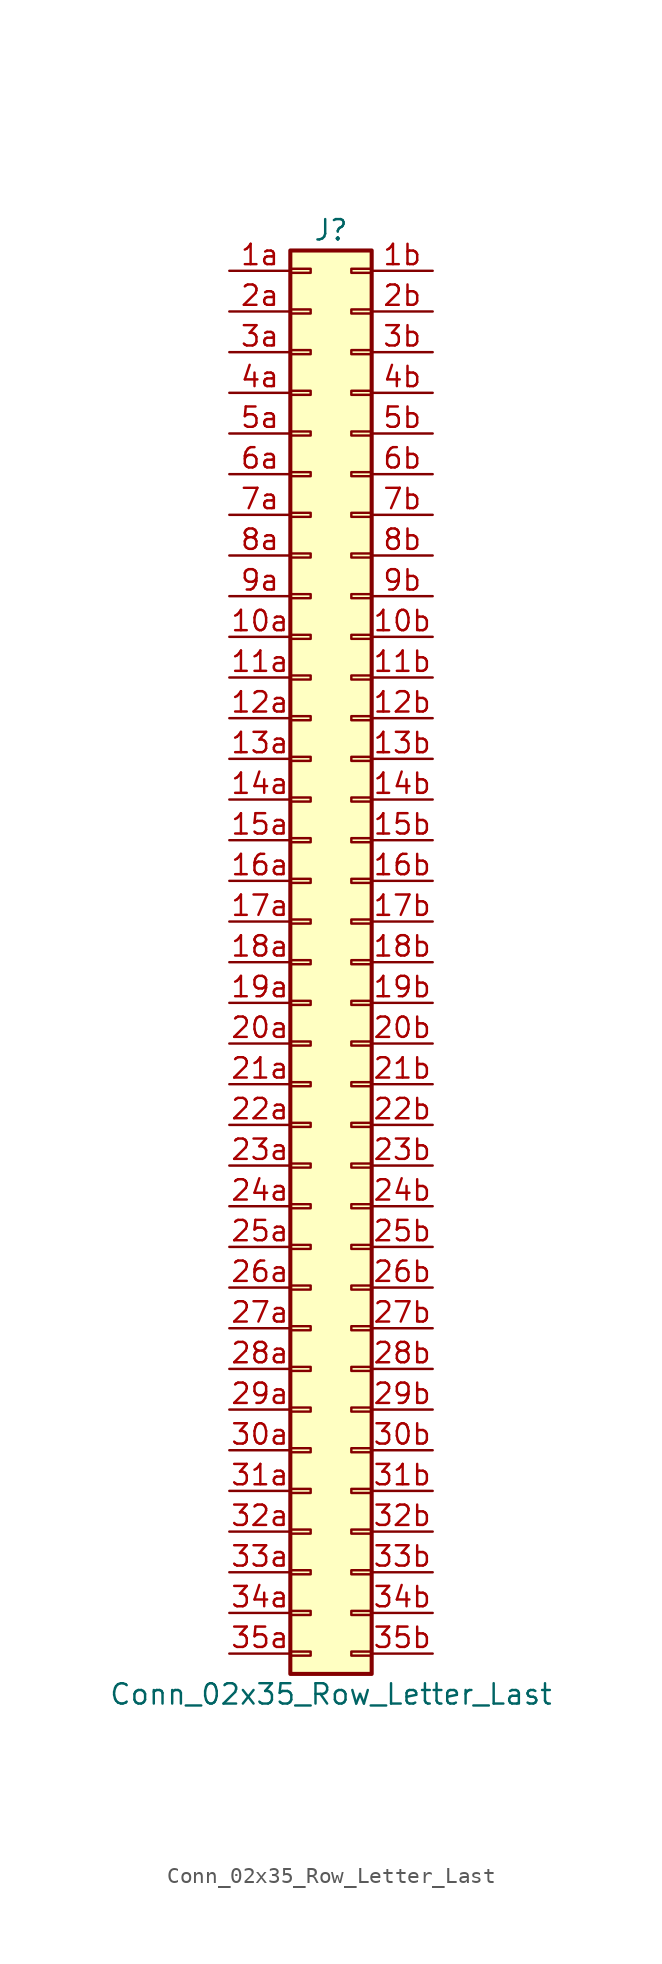
<source format=kicad_sym>
(kicad_symbol_lib
  (version 20211014)
  (generator kicad_symbol_editor)
  (symbol "Conn_02x35_Row_Letter_Last"
    (pin_names
      (offset 1.016) hide)
    (property "Reference" "J"
      (at 1.27 45.72 0)
      (effects (font (size 1.27 1.27))))
    (property "Value" "Conn_02x35_Row_Letter_Last"
      (at 1.27 -45.72 0)
      (effects (font (size 1.27 1.27))))
    (symbol "Conn_02x35_Row_Letter_Last_1_1"
      (rectangle (start -1.27 -43.053) (end 0 -43.307) (stroke (width 0.152) (type default) (color 0 0 0 0)) (fill (type none)))
      (rectangle (start -1.27 -40.513) (end 0 -40.767) (stroke (width 0.152) (type default) (color 0 0 0 0)) (fill (type none)))
      (rectangle (start -1.27 -37.973) (end 0 -38.227) (stroke (width 0.152) (type default) (color 0 0 0 0)) (fill (type none)))
      (rectangle (start -1.27 -35.433) (end 0 -35.687) (stroke (width 0.152) (type default) (color 0 0 0 0)) (fill (type none)))
      (rectangle (start -1.27 -32.893) (end 0 -33.147) (stroke (width 0.152) (type default) (color 0 0 0 0)) (fill (type none)))
      (rectangle (start -1.27 -30.353) (end 0 -30.607) (stroke (width 0.152) (type default) (color 0 0 0 0)) (fill (type none)))
      (rectangle (start -1.27 -27.813) (end 0 -28.067) (stroke (width 0.152) (type default) (color 0 0 0 0)) (fill (type none)))
      (rectangle (start -1.27 -25.273) (end 0 -25.527) (stroke (width 0.152) (type default) (color 0 0 0 0)) (fill (type none)))
      (rectangle (start -1.27 -22.733) (end 0 -22.987) (stroke (width 0.152) (type default) (color 0 0 0 0)) (fill (type none)))
      (rectangle (start -1.27 -20.193) (end 0 -20.447) (stroke (width 0.152) (type default) (color 0 0 0 0)) (fill (type none)))
      (rectangle (start -1.27 -17.653) (end 0 -17.907) (stroke (width 0.152) (type default) (color 0 0 0 0)) (fill (type none)))
      (rectangle (start -1.27 -15.113) (end 0 -15.367) (stroke (width 0.152) (type default) (color 0 0 0 0)) (fill (type none)))
      (rectangle (start -1.27 -12.573) (end 0 -12.827) (stroke (width 0.152) (type default) (color 0 0 0 0)) (fill (type none)))
      (rectangle (start -1.27 -10.033) (end 0 -10.287) (stroke (width 0.152) (type default) (color 0 0 0 0)) (fill (type none)))
      (rectangle (start -1.27 -7.493) (end 0 -7.747) (stroke (width 0.152) (type default) (color 0 0 0 0)) (fill (type none)))
      (rectangle (start -1.27 -4.953) (end 0 -5.207) (stroke (width 0.152) (type default) (color 0 0 0 0)) (fill (type none)))
      (rectangle (start -1.27 -2.413) (end 0 -2.667) (stroke (width 0.152) (type default) (color 0 0 0 0)) (fill (type none)))
      (rectangle (start -1.27 0.127) (end 0 -0.127) (stroke (width 0.152) (type default) (color 0 0 0 0)) (fill (type none)))
      (rectangle (start -1.27 2.667) (end 0 2.413) (stroke (width 0.152) (type default) (color 0 0 0 0)) (fill (type none)))
      (rectangle (start -1.27 5.207) (end 0 4.953) (stroke (width 0.152) (type default) (color 0 0 0 0)) (fill (type none)))
      (rectangle (start -1.27 7.747) (end 0 7.493) (stroke (width 0.152) (type default) (color 0 0 0 0)) (fill (type none)))
      (rectangle (start -1.27 10.287) (end 0 10.033) (stroke (width 0.152) (type default) (color 0 0 0 0)) (fill (type none)))
      (rectangle (start -1.27 12.827) (end 0 12.573) (stroke (width 0.152) (type default) (color 0 0 0 0)) (fill (type none)))
      (rectangle (start -1.27 15.367) (end 0 15.113) (stroke (width 0.152) (type default) (color 0 0 0 0)) (fill (type none)))
      (rectangle (start -1.27 17.907) (end 0 17.653) (stroke (width 0.152) (type default) (color 0 0 0 0)) (fill (type none)))
      (rectangle (start -1.27 20.447) (end 0 20.193) (stroke (width 0.152) (type default) (color 0 0 0 0)) (fill (type none)))
      (rectangle (start -1.27 22.987) (end 0 22.733) (stroke (width 0.152) (type default) (color 0 0 0 0)) (fill (type none)))
      (rectangle (start -1.27 25.527) (end 0 25.273) (stroke (width 0.152) (type default) (color 0 0 0 0)) (fill (type none)))
      (rectangle (start -1.27 28.067) (end 0 27.813) (stroke (width 0.152) (type default) (color 0 0 0 0)) (fill (type none)))
      (rectangle (start -1.27 30.607) (end 0 30.353) (stroke (width 0.152) (type default) (color 0 0 0 0)) (fill (type none)))
      (rectangle (start -1.27 33.147) (end 0 32.893) (stroke (width 0.152) (type default) (color 0 0 0 0)) (fill (type none)))
      (rectangle (start -1.27 35.687) (end 0 35.433) (stroke (width 0.152) (type default) (color 0 0 0 0)) (fill (type none)))
      (rectangle (start -1.27 38.227) (end 0 37.973) (stroke (width 0.152) (type default) (color 0 0 0 0)) (fill (type none)))
      (rectangle (start -1.27 40.767) (end 0 40.513) (stroke (width 0.152) (type default) (color 0 0 0 0)) (fill (type none)))
      (rectangle (start -1.27 43.307) (end 0 43.053) (stroke (width 0.152) (type default) (color 0 0 0 0)) (fill (type none)))
      (rectangle (start -1.27 44.45) (end 3.81 -44.45) (stroke (width 0.254) (type default) (color 0 0 0 0)) (fill (type background)))
      (rectangle (start 3.81 -43.053) (end 2.54 -43.307) (stroke (width 0.152) (type default) (color 0 0 0 0)) (fill (type none)))
      (rectangle (start 3.81 -40.513) (end 2.54 -40.767) (stroke (width 0.152) (type default) (color 0 0 0 0)) (fill (type none)))
      (rectangle (start 3.81 -37.973) (end 2.54 -38.227) (stroke (width 0.152) (type default) (color 0 0 0 0)) (fill (type none)))
      (rectangle (start 3.81 -35.433) (end 2.54 -35.687) (stroke (width 0.152) (type default) (color 0 0 0 0)) (fill (type none)))
      (rectangle (start 3.81 -32.893) (end 2.54 -33.147) (stroke (width 0.152) (type default) (color 0 0 0 0)) (fill (type none)))
      (rectangle (start 3.81 -30.353) (end 2.54 -30.607) (stroke (width 0.152) (type default) (color 0 0 0 0)) (fill (type none)))
      (rectangle (start 3.81 -27.813) (end 2.54 -28.067) (stroke (width 0.152) (type default) (color 0 0 0 0)) (fill (type none)))
      (rectangle (start 3.81 -25.273) (end 2.54 -25.527) (stroke (width 0.152) (type default) (color 0 0 0 0)) (fill (type none)))
      (rectangle (start 3.81 -22.733) (end 2.54 -22.987) (stroke (width 0.152) (type default) (color 0 0 0 0)) (fill (type none)))
      (rectangle (start 3.81 -20.193) (end 2.54 -20.447) (stroke (width 0.152) (type default) (color 0 0 0 0)) (fill (type none)))
      (rectangle (start 3.81 -17.653) (end 2.54 -17.907) (stroke (width 0.152) (type default) (color 0 0 0 0)) (fill (type none)))
      (rectangle (start 3.81 -15.113) (end 2.54 -15.367) (stroke (width 0.152) (type default) (color 0 0 0 0)) (fill (type none)))
      (rectangle (start 3.81 -12.573) (end 2.54 -12.827) (stroke (width 0.152) (type default) (color 0 0 0 0)) (fill (type none)))
      (rectangle (start 3.81 -10.033) (end 2.54 -10.287) (stroke (width 0.152) (type default) (color 0 0 0 0)) (fill (type none)))
      (rectangle (start 3.81 -7.493) (end 2.54 -7.747) (stroke (width 0.152) (type default) (color 0 0 0 0)) (fill (type none)))
      (rectangle (start 3.81 -4.953) (end 2.54 -5.207) (stroke (width 0.152) (type default) (color 0 0 0 0)) (fill (type none)))
      (rectangle (start 3.81 -2.413) (end 2.54 -2.667) (stroke (width 0.152) (type default) (color 0 0 0 0)) (fill (type none)))
      (rectangle (start 3.81 0.127) (end 2.54 -0.127) (stroke (width 0.152) (type default) (color 0 0 0 0)) (fill (type none)))
      (rectangle (start 3.81 2.667) (end 2.54 2.413) (stroke (width 0.152) (type default) (color 0 0 0 0)) (fill (type none)))
      (rectangle (start 3.81 5.207) (end 2.54 4.953) (stroke (width 0.152) (type default) (color 0 0 0 0)) (fill (type none)))
      (rectangle (start 3.81 7.747) (end 2.54 7.493) (stroke (width 0.152) (type default) (color 0 0 0 0)) (fill (type none)))
      (rectangle (start 3.81 10.287) (end 2.54 10.033) (stroke (width 0.152) (type default) (color 0 0 0 0)) (fill (type none)))
      (rectangle (start 3.81 12.827) (end 2.54 12.573) (stroke (width 0.152) (type default) (color 0 0 0 0)) (fill (type none)))
      (rectangle (start 3.81 15.367) (end 2.54 15.113) (stroke (width 0.152) (type default) (color 0 0 0 0)) (fill (type none)))
      (rectangle (start 3.81 17.907) (end 2.54 17.653) (stroke (width 0.152) (type default) (color 0 0 0 0)) (fill (type none)))
      (rectangle (start 3.81 20.447) (end 2.54 20.193) (stroke (width 0.152) (type default) (color 0 0 0 0)) (fill (type none)))
      (rectangle (start 3.81 22.987) (end 2.54 22.733) (stroke (width 0.152) (type default) (color 0 0 0 0)) (fill (type none)))
      (rectangle (start 3.81 25.527) (end 2.54 25.273) (stroke (width 0.152) (type default) (color 0 0 0 0)) (fill (type none)))
      (rectangle (start 3.81 28.067) (end 2.54 27.813) (stroke (width 0.152) (type default) (color 0 0 0 0)) (fill (type none)))
      (rectangle (start 3.81 30.607) (end 2.54 30.353) (stroke (width 0.152) (type default) (color 0 0 0 0)) (fill (type none)))
      (rectangle (start 3.81 33.147) (end 2.54 32.893) (stroke (width 0.152) (type default) (color 0 0 0 0)) (fill (type none)))
      (rectangle (start 3.81 35.687) (end 2.54 35.433) (stroke (width 0.152) (type default) (color 0 0 0 0)) (fill (type none)))
      (rectangle (start 3.81 38.227) (end 2.54 37.973) (stroke (width 0.152) (type default) (color 0 0 0 0)) (fill (type none)))
      (rectangle (start 3.81 40.767) (end 2.54 40.513) (stroke (width 0.152) (type default) (color 0 0 0 0)) (fill (type none)))
      (rectangle (start 3.81 43.307) (end 2.54 43.053) (stroke (width 0.152) (type default) (color 0 0 0 0)) (fill (type none)))
      (pin passive line (at -5.08 20.32 0) (length 3.81) (name "Pin_10a" (effects (font (size 1.27 1.27)))) (number "10a" (effects (font (size 1.27 1.27)))))
      (pin passive line (at 7.62 20.32 180) (length 3.81) (name "Pin_10b" (effects (font (size 1.27 1.27)))) (number "10b" (effects (font (size 1.27 1.27)))))
      (pin passive line (at -5.08 17.78 0) (length 3.81) (name "Pin_11a" (effects (font (size 1.27 1.27)))) (number "11a" (effects (font (size 1.27 1.27)))))
      (pin passive line (at 7.62 17.78 180) (length 3.81) (name "Pin_11b" (effects (font (size 1.27 1.27)))) (number "11b" (effects (font (size 1.27 1.27)))))
      (pin passive line (at -5.08 15.24 0) (length 3.81) (name "Pin_12a" (effects (font (size 1.27 1.27)))) (number "12a" (effects (font (size 1.27 1.27)))))
      (pin passive line (at 7.62 15.24 180) (length 3.81) (name "Pin_12b" (effects (font (size 1.27 1.27)))) (number "12b" (effects (font (size 1.27 1.27)))))
      (pin passive line (at -5.08 12.7 0) (length 3.81) (name "Pin_13a" (effects (font (size 1.27 1.27)))) (number "13a" (effects (font (size 1.27 1.27)))))
      (pin passive line (at 7.62 12.7 180) (length 3.81) (name "Pin_13b" (effects (font (size 1.27 1.27)))) (number "13b" (effects (font (size 1.27 1.27)))))
      (pin passive line (at -5.08 10.16 0) (length 3.81) (name "Pin_14a" (effects (font (size 1.27 1.27)))) (number "14a" (effects (font (size 1.27 1.27)))))
      (pin passive line (at 7.62 10.16 180) (length 3.81) (name "Pin_14b" (effects (font (size 1.27 1.27)))) (number "14b" (effects (font (size 1.27 1.27)))))
      (pin passive line (at -5.08 7.62 0) (length 3.81) (name "Pin_15a" (effects (font (size 1.27 1.27)))) (number "15a" (effects (font (size 1.27 1.27)))))
      (pin passive line (at 7.62 7.62 180) (length 3.81) (name "Pin_15b" (effects (font (size 1.27 1.27)))) (number "15b" (effects (font (size 1.27 1.27)))))
      (pin passive line (at -5.08 5.08 0) (length 3.81) (name "Pin_16a" (effects (font (size 1.27 1.27)))) (number "16a" (effects (font (size 1.27 1.27)))))
      (pin passive line (at 7.62 5.08 180) (length 3.81) (name "Pin_16b" (effects (font (size 1.27 1.27)))) (number "16b" (effects (font (size 1.27 1.27)))))
      (pin passive line (at -5.08 2.54 0) (length 3.81) (name "Pin_17a" (effects (font (size 1.27 1.27)))) (number "17a" (effects (font (size 1.27 1.27)))))
      (pin passive line (at 7.62 2.54 180) (length 3.81) (name "Pin_17b" (effects (font (size 1.27 1.27)))) (number "17b" (effects (font (size 1.27 1.27)))))
      (pin passive line (at -5.08 0 0) (length 3.81) (name "Pin_18a" (effects (font (size 1.27 1.27)))) (number "18a" (effects (font (size 1.27 1.27)))))
      (pin passive line (at 7.62 0 180) (length 3.81) (name "Pin_18b" (effects (font (size 1.27 1.27)))) (number "18b" (effects (font (size 1.27 1.27)))))
      (pin passive line (at -5.08 -2.54 0) (length 3.81) (name "Pin_19a" (effects (font (size 1.27 1.27)))) (number "19a" (effects (font (size 1.27 1.27)))))
      (pin passive line (at 7.62 -2.54 180) (length 3.81) (name "Pin_19b" (effects (font (size 1.27 1.27)))) (number "19b" (effects (font (size 1.27 1.27)))))
      (pin passive line (at -5.08 43.18 0) (length 3.81) (name "Pin_1a" (effects (font (size 1.27 1.27)))) (number "1a" (effects (font (size 1.27 1.27)))))
      (pin passive line (at 7.62 43.18 180) (length 3.81) (name "Pin_1b" (effects (font (size 1.27 1.27)))) (number "1b" (effects (font (size 1.27 1.27)))))
      (pin passive line (at -5.08 -5.08 0) (length 3.81) (name "Pin_20a" (effects (font (size 1.27 1.27)))) (number "20a" (effects (font (size 1.27 1.27)))))
      (pin passive line (at 7.62 -5.08 180) (length 3.81) (name "Pin_20b" (effects (font (size 1.27 1.27)))) (number "20b" (effects (font (size 1.27 1.27)))))
      (pin passive line (at -5.08 -7.62 0) (length 3.81) (name "Pin_21a" (effects (font (size 1.27 1.27)))) (number "21a" (effects (font (size 1.27 1.27)))))
      (pin passive line (at 7.62 -7.62 180) (length 3.81) (name "Pin_21b" (effects (font (size 1.27 1.27)))) (number "21b" (effects (font (size 1.27 1.27)))))
      (pin passive line (at -5.08 -10.16 0) (length 3.81) (name "Pin_22a" (effects (font (size 1.27 1.27)))) (number "22a" (effects (font (size 1.27 1.27)))))
      (pin passive line (at 7.62 -10.16 180) (length 3.81) (name "Pin_22b" (effects (font (size 1.27 1.27)))) (number "22b" (effects (font (size 1.27 1.27)))))
      (pin passive line (at -5.08 -12.7 0) (length 3.81) (name "Pin_23a" (effects (font (size 1.27 1.27)))) (number "23a" (effects (font (size 1.27 1.27)))))
      (pin passive line (at 7.62 -12.7 180) (length 3.81) (name "Pin_23b" (effects (font (size 1.27 1.27)))) (number "23b" (effects (font (size 1.27 1.27)))))
      (pin passive line (at -5.08 -15.24 0) (length 3.81) (name "Pin_24a" (effects (font (size 1.27 1.27)))) (number "24a" (effects (font (size 1.27 1.27)))))
      (pin passive line (at 7.62 -15.24 180) (length 3.81) (name "Pin_24b" (effects (font (size 1.27 1.27)))) (number "24b" (effects (font (size 1.27 1.27)))))
      (pin passive line (at -5.08 -17.78 0) (length 3.81) (name "Pin_25a" (effects (font (size 1.27 1.27)))) (number "25a" (effects (font (size 1.27 1.27)))))
      (pin passive line (at 7.62 -17.78 180) (length 3.81) (name "Pin_25b" (effects (font (size 1.27 1.27)))) (number "25b" (effects (font (size 1.27 1.27)))))
      (pin passive line (at -5.08 -20.32 0) (length 3.81) (name "Pin_26a" (effects (font (size 1.27 1.27)))) (number "26a" (effects (font (size 1.27 1.27)))))
      (pin passive line (at 7.62 -20.32 180) (length 3.81) (name "Pin_26b" (effects (font (size 1.27 1.27)))) (number "26b" (effects (font (size 1.27 1.27)))))
      (pin passive line (at -5.08 -22.86 0) (length 3.81) (name "Pin_27a" (effects (font (size 1.27 1.27)))) (number "27a" (effects (font (size 1.27 1.27)))))
      (pin passive line (at 7.62 -22.86 180) (length 3.81) (name "Pin_27b" (effects (font (size 1.27 1.27)))) (number "27b" (effects (font (size 1.27 1.27)))))
      (pin passive line (at -5.08 -25.4 0) (length 3.81) (name "Pin_28a" (effects (font (size 1.27 1.27)))) (number "28a" (effects (font (size 1.27 1.27)))))
      (pin passive line (at 7.62 -25.4 180) (length 3.81) (name "Pin_28b" (effects (font (size 1.27 1.27)))) (number "28b" (effects (font (size 1.27 1.27)))))
      (pin passive line (at -5.08 -27.94 0) (length 3.81) (name "Pin_29a" (effects (font (size 1.27 1.27)))) (number "29a" (effects (font (size 1.27 1.27)))))
      (pin passive line (at 7.62 -27.94 180) (length 3.81) (name "Pin_29b" (effects (font (size 1.27 1.27)))) (number "29b" (effects (font (size 1.27 1.27)))))
      (pin passive line (at -5.08 40.64 0) (length 3.81) (name "Pin_2a" (effects (font (size 1.27 1.27)))) (number "2a" (effects (font (size 1.27 1.27)))))
      (pin passive line (at 7.62 40.64 180) (length 3.81) (name "Pin_2b" (effects (font (size 1.27 1.27)))) (number "2b" (effects (font (size 1.27 1.27)))))
      (pin passive line (at -5.08 -30.48 0) (length 3.81) (name "Pin_30a" (effects (font (size 1.27 1.27)))) (number "30a" (effects (font (size 1.27 1.27)))))
      (pin passive line (at 7.62 -30.48 180) (length 3.81) (name "Pin_30b" (effects (font (size 1.27 1.27)))) (number "30b" (effects (font (size 1.27 1.27)))))
      (pin passive line (at -5.08 -33.02 0) (length 3.81) (name "Pin_31a" (effects (font (size 1.27 1.27)))) (number "31a" (effects (font (size 1.27 1.27)))))
      (pin passive line (at 7.62 -33.02 180) (length 3.81) (name "Pin_31b" (effects (font (size 1.27 1.27)))) (number "31b" (effects (font (size 1.27 1.27)))))
      (pin passive line (at -5.08 -35.56 0) (length 3.81) (name "Pin_32a" (effects (font (size 1.27 1.27)))) (number "32a" (effects (font (size 1.27 1.27)))))
      (pin passive line (at 7.62 -35.56 180) (length 3.81) (name "Pin_32b" (effects (font (size 1.27 1.27)))) (number "32b" (effects (font (size 1.27 1.27)))))
      (pin passive line (at -5.08 -38.1 0) (length 3.81) (name "Pin_33a" (effects (font (size 1.27 1.27)))) (number "33a" (effects (font (size 1.27 1.27)))))
      (pin passive line (at 7.62 -38.1 180) (length 3.81) (name "Pin_33b" (effects (font (size 1.27 1.27)))) (number "33b" (effects (font (size 1.27 1.27)))))
      (pin passive line (at -5.08 -40.64 0) (length 3.81) (name "Pin_34a" (effects (font (size 1.27 1.27)))) (number "34a" (effects (font (size 1.27 1.27)))))
      (pin passive line (at 7.62 -40.64 180) (length 3.81) (name "Pin_34b" (effects (font (size 1.27 1.27)))) (number "34b" (effects (font (size 1.27 1.27)))))
      (pin passive line (at -5.08 -43.18 0) (length 3.81) (name "Pin_35a" (effects (font (size 1.27 1.27)))) (number "35a" (effects (font (size 1.27 1.27)))))
      (pin passive line (at 7.62 -43.18 180) (length 3.81) (name "Pin_35b" (effects (font (size 1.27 1.27)))) (number "35b" (effects (font (size 1.27 1.27)))))
      (pin passive line (at -5.08 38.1 0) (length 3.81) (name "Pin_3a" (effects (font (size 1.27 1.27)))) (number "3a" (effects (font (size 1.27 1.27)))))
      (pin passive line (at 7.62 38.1 180) (length 3.81) (name "Pin_3b" (effects (font (size 1.27 1.27)))) (number "3b" (effects (font (size 1.27 1.27)))))
      (pin passive line (at -5.08 35.56 0) (length 3.81) (name "Pin_4a" (effects (font (size 1.27 1.27)))) (number "4a" (effects (font (size 1.27 1.27)))))
      (pin passive line (at 7.62 35.56 180) (length 3.81) (name "Pin_4b" (effects (font (size 1.27 1.27)))) (number "4b" (effects (font (size 1.27 1.27)))))
      (pin passive line (at -5.08 33.02 0) (length 3.81) (name "Pin_5a" (effects (font (size 1.27 1.27)))) (number "5a" (effects (font (size 1.27 1.27)))))
      (pin passive line (at 7.62 33.02 180) (length 3.81) (name "Pin_5b" (effects (font (size 1.27 1.27)))) (number "5b" (effects (font (size 1.27 1.27)))))
      (pin passive line (at -5.08 30.48 0) (length 3.81) (name "Pin_6a" (effects (font (size 1.27 1.27)))) (number "6a" (effects (font (size 1.27 1.27)))))
      (pin passive line (at 7.62 30.48 180) (length 3.81) (name "Pin_6b" (effects (font (size 1.27 1.27)))) (number "6b" (effects (font (size 1.27 1.27)))))
      (pin passive line (at -5.08 27.94 0) (length 3.81) (name "Pin_7a" (effects (font (size 1.27 1.27)))) (number "7a" (effects (font (size 1.27 1.27)))))
      (pin passive line (at 7.62 27.94 180) (length 3.81) (name "Pin_7b" (effects (font (size 1.27 1.27)))) (number "7b" (effects (font (size 1.27 1.27)))))
      (pin passive line (at -5.08 25.4 0) (length 3.81) (name "Pin_8a" (effects (font (size 1.27 1.27)))) (number "8a" (effects (font (size 1.27 1.27)))))
      (pin passive line (at 7.62 25.4 180) (length 3.81) (name "Pin_8b" (effects (font (size 1.27 1.27)))) (number "8b" (effects (font (size 1.27 1.27)))))
      (pin passive line (at -5.08 22.86 0) (length 3.81) (name "Pin_9a" (effects (font (size 1.27 1.27)))) (number "9a" (effects (font (size 1.27 1.27)))))
      (pin passive line (at 7.62 22.86 180) (length 3.81) (name "Pin_9b" (effects (font (size 1.27 1.27)))) (number "9b" (effects (font (size 1.27 1.27))))))))
</source>
